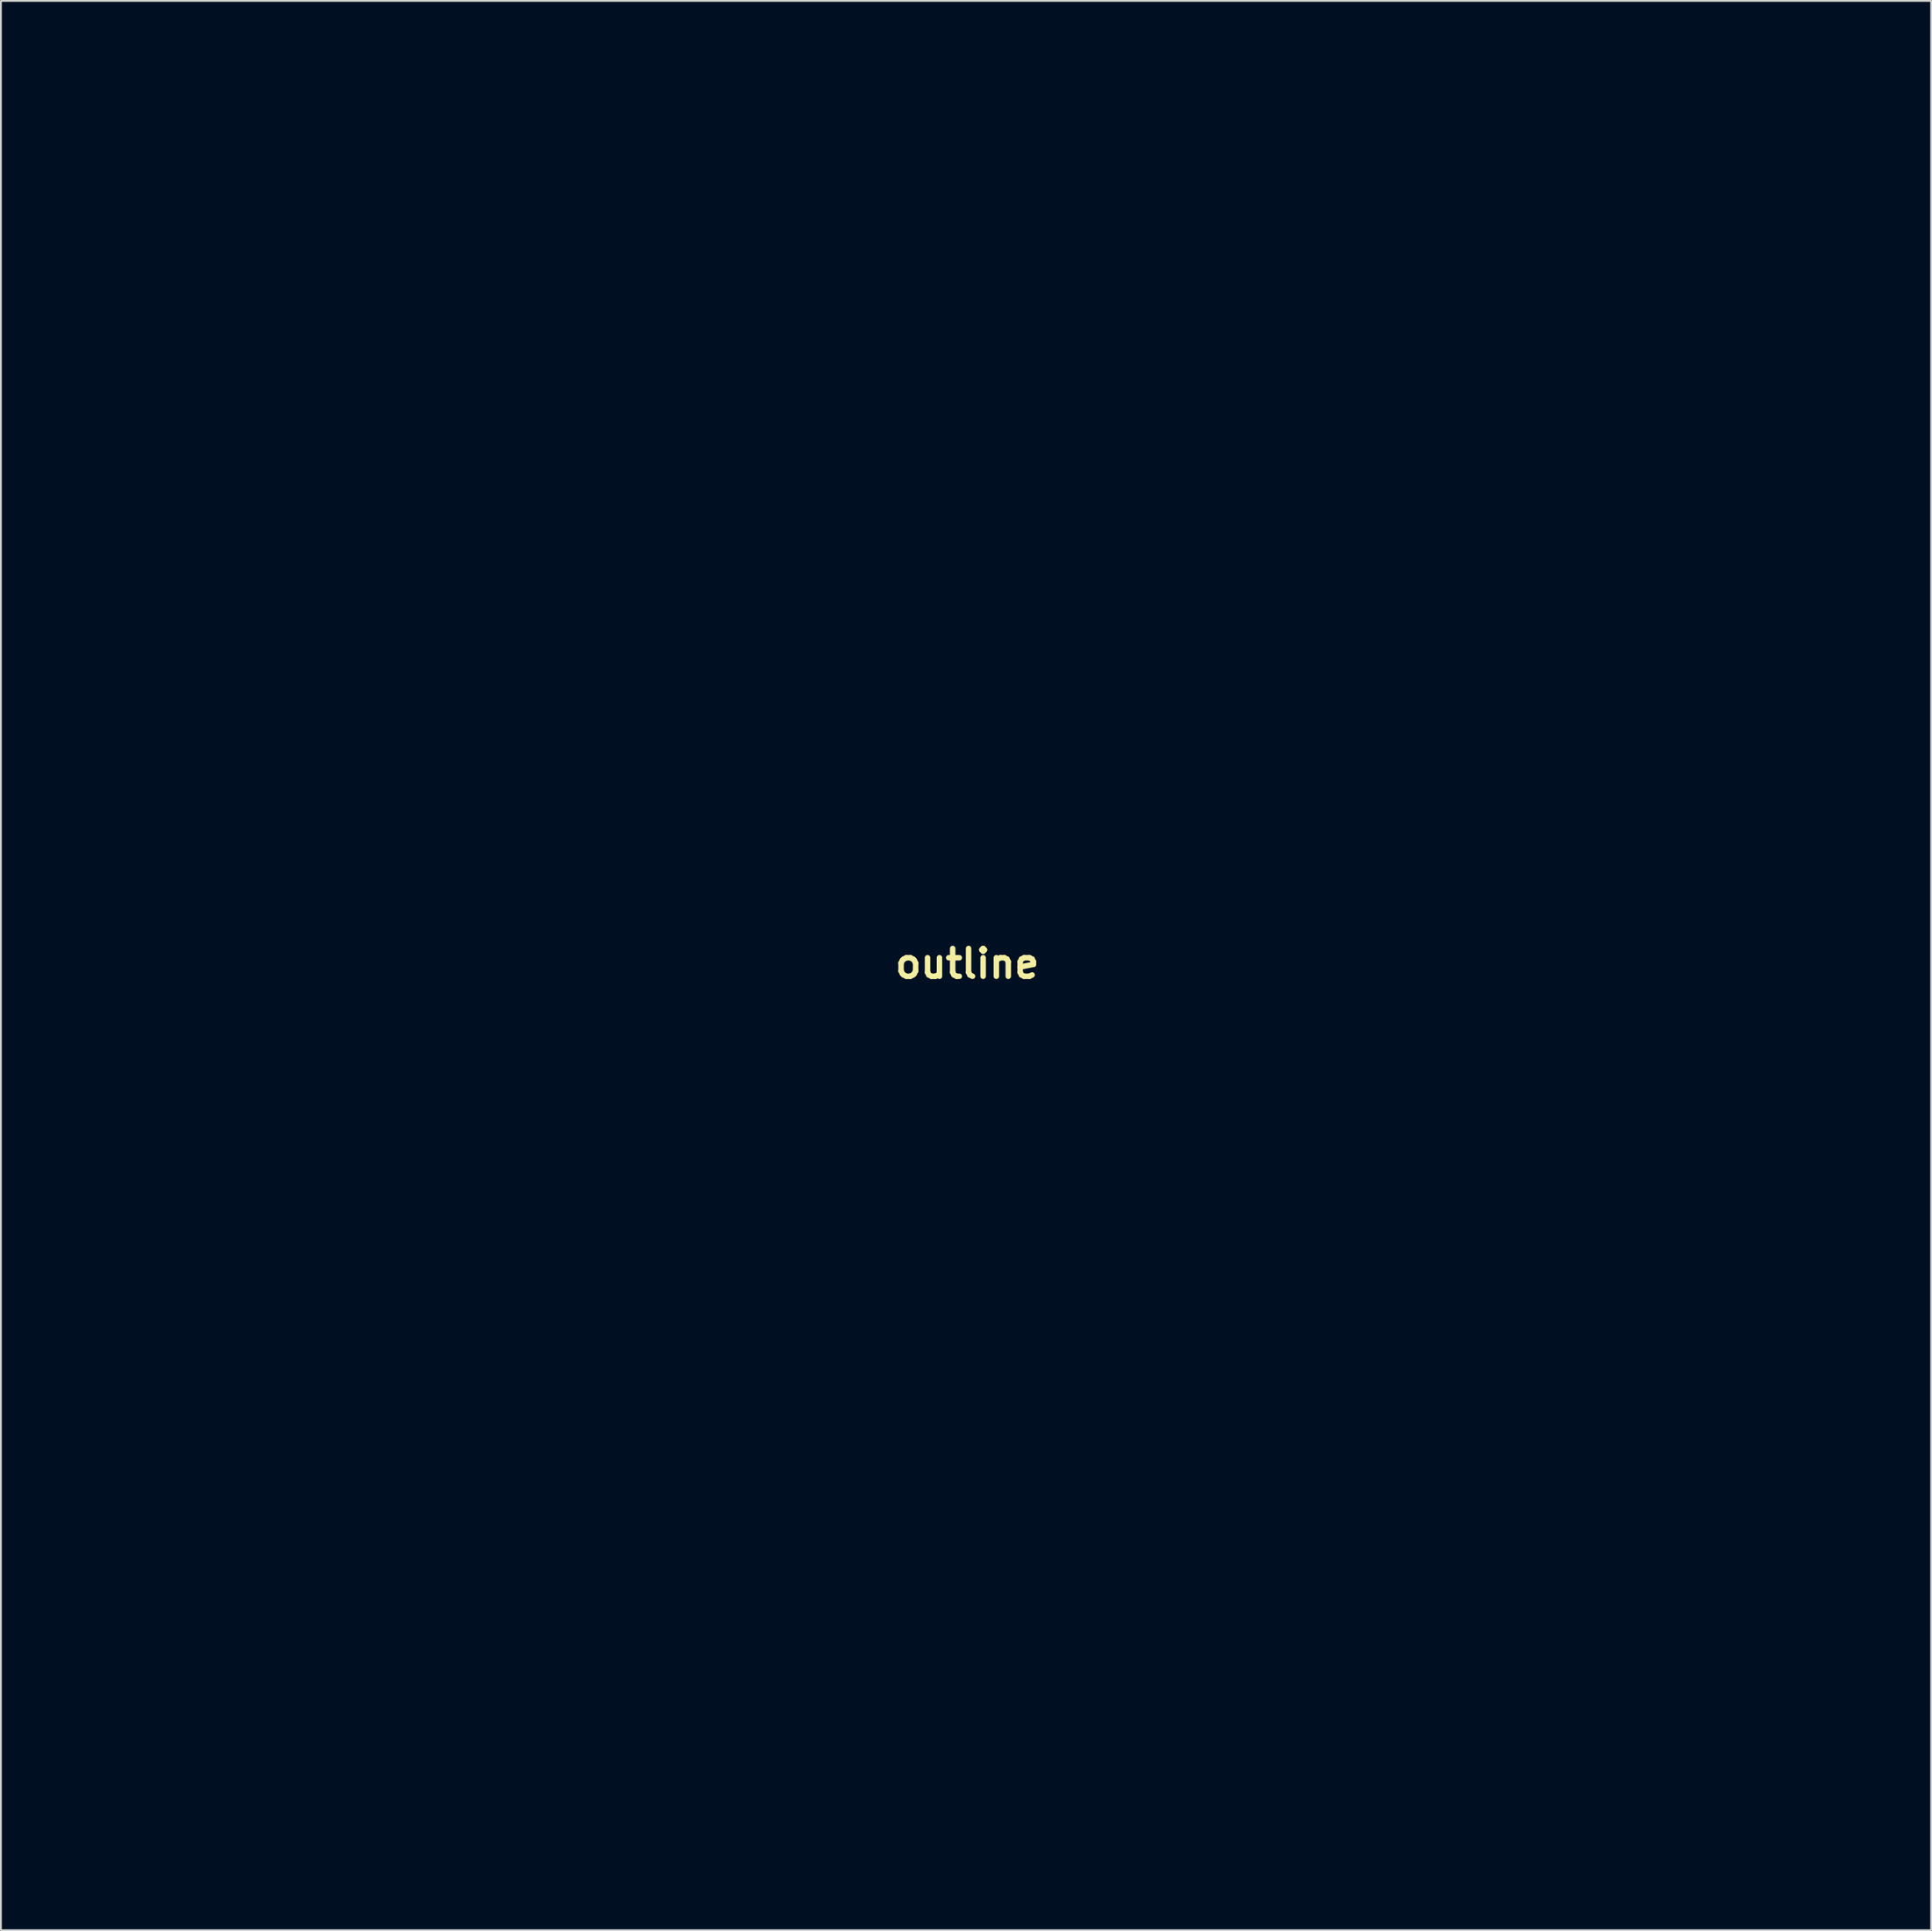
<source format=kicad_pcb>
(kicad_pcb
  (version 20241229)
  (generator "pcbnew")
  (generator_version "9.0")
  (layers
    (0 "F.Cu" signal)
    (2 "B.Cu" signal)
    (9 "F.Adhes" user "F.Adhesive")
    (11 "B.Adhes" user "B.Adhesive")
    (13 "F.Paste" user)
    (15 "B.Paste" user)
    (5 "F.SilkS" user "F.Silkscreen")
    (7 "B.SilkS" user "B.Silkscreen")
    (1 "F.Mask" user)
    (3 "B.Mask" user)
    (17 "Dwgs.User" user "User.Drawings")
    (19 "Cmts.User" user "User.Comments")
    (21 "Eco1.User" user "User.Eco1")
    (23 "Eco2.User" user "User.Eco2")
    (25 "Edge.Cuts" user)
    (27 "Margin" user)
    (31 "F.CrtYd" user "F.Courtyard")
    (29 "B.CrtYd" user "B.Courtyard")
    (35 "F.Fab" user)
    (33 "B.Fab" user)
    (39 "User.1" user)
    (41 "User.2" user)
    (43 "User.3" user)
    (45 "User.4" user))
  (footprint "outline"
    (layer "F.Cu")
    (at 49.99 49.802)
    (property "Reference" "outline" (at 0 0 0) (layer "F.SilkS") (effects (font (size 1.524 1.524) (thickness 0.3))))
    (attr through_hole)
    (fp_poly (pts (xy 11.84 -49.755) (xy 12.75 -49.703) (xy 13.401 -49.644) (xy 14.085 -49.557) (xy 14.773 -49.45) (xy 15.437 -49.328) (xy 16.049 -49.197) (xy 16.58 -49.064) (xy 17.001 -48.934) (xy 17.283 -48.815) (xy 17.399 -48.711) (xy 17.4 -48.7) (xy 17.485 -48.621) (xy 17.661 -48.556) (xy 17.783 -48.52) (xy 17.936 -48.462) (xy 18.146 -48.369) (xy 18.443 -48.228) (xy 18.855 -48.026) (xy 19.408 -47.75) (xy 19.6 -47.654) (xy 20.198 -47.267) (xy 20.771 -46.736) (xy 21.201 -46.2) (xy 21.385 -45.947) (xy 21.542 -45.751) (xy 21.572 -45.718) (xy 21.683 -45.531) (xy 21.7 -45.443) (xy 21.746 -45.314) (xy 21.782 -45.3) (xy 21.865 -45.206) (xy 22.001 -44.931) (xy 22.184 -44.486) (xy 22.386 -43.95) (xy 22.43 -43.708) (xy 22.457 -43.3) (xy 22.464 -42.758) (xy 22.456 -42.3) (xy 22.417 -41.407) (xy 22.357 -40.702) (xy 22.277 -40.187) (xy 22.177 -39.866) (xy 22.118 -39.778) (xy 22.016 -39.581) (xy 22 -39.47) (xy 21.955 -39.242) (xy 21.865 -39.015) (xy 21.731 -38.735) (xy 21.59 -38.417) (xy 21.583 -38.4) (xy 21.445 -38.096) (xy 21.228 -37.646) (xy 20.947 -37.08) (xy 20.617 -36.429) (xy 20.423 -36.05) (xy 20.254 -35.746) (xy 20.1 -35.504) (xy 20.027 -35.413) (xy 19.919 -35.222) (xy 19.989 -35.03) (xy 20.244 -34.825) (xy 20.501 -34.686) (xy 20.812 -34.525) (xy 21.057 -34.387) (xy 21.162 -34.316) (xy 21.263 -34.242) (xy 21.44 -34.133) (xy 21.713 -33.981) (xy 22.097 -33.776) (xy 22.611 -33.509) (xy 23.272 -33.17) (xy 23.95 -32.826) (xy 24.51 -32.528) (xy 25.092 -32.195) (xy 25.653 -31.855) (xy 26.147 -31.535) (xy 26.531 -31.261) (xy 26.68 -31.139) (xy 26.847 -31.012) (xy 27.124 -30.819) (xy 27.455 -30.6) (xy 27.477 -30.585) (xy 27.837 -30.341) (xy 28.174 -30.091) (xy 28.408 -29.897) (xy 28.799 -29.537) (xy 29.084 -29.284) (xy 29.303 -29.107) (xy 29.494 -28.973) (xy 29.521 -28.955) (xy 29.729 -28.783) (xy 29.845 -28.616) (xy 29.953 -28.473) (xy 30.177 -28.274) (xy 30.395 -28.113) (xy 30.728 -27.866) (xy 31.04 -27.601) (xy 31.182 -27.463) (xy 31.415 -27.223) (xy 31.625 -27.022) (xy 31.662 -26.988) (xy 31.839 -26.811) (xy 32.062 -26.556) (xy 32.15 -26.448) (xy 32.378 -26.163) (xy 32.591 -25.903) (xy 32.65 -25.833) (xy 32.864 -25.573) (xy 33.05 -25.335) (xy 33.214 -25.14) (xy 33.472 -24.858) (xy 33.775 -24.541) (xy 33.854 -24.461) (xy 34.181 -24.098) (xy 34.487 -23.704) (xy 34.714 -23.355) (xy 34.736 -23.313) (xy 34.923 -22.964) (xy 35.077 -22.718) (xy 35.247 -22.499) (xy 35.371 -22.358) (xy 35.476 -22.204) (xy 35.647 -21.918) (xy 35.858 -21.546) (xy 36.085 -21.132) (xy 36.303 -20.724) (xy 36.486 -20.367) (xy 36.61 -20.107) (xy 36.643 -20.021) (xy 36.731 -19.849) (xy 36.8 -19.8) (xy 36.891 -19.716) (xy 36.95 -19.575) (xy 37.014 -19.381) (xy 37.113 -19.136) (xy 37.263 -18.804) (xy 37.482 -18.349) (xy 37.636 -18.034) (xy 37.923 -17.399) (xy 38.184 -16.732) (xy 38.395 -16.094) (xy 38.536 -15.547) (xy 38.562 -15.4) (xy 38.646 -14.938) (xy 38.752 -14.621) (xy 38.917 -14.414) (xy 39.181 -14.283) (xy 39.58 -14.194) (xy 39.948 -14.139) (xy 40.319 -14.069) (xy 40.665 -13.974) (xy 40.77 -13.935) (xy 41.07 -13.84) (xy 41.34 -13.8) (xy 41.343 -13.8) (xy 41.607 -13.729) (xy 41.771 -13.616) (xy 41.942 -13.487) (xy 42.238 -13.307) (xy 42.606 -13.108) (xy 42.726 -13.047) (xy 43.123 -12.84) (xy 43.474 -12.626) (xy 43.817 -12.375) (xy 44.19 -12.06) (xy 44.63 -11.649) (xy 45.057 -11.233) (xy 45.818 -10.347) (xy 46.457 -9.324) (xy 46.754 -8.7) (xy 46.892 -8.408) (xy 47.019 -8.186) (xy 47.064 -8.127) (xy 47.153 -7.956) (xy 47.233 -7.677) (xy 47.252 -7.577) (xy 47.323 -7.259) (xy 47.409 -6.998) (xy 47.432 -6.95) (xy 47.542 -6.637) (xy 47.627 -6.172) (xy 47.686 -5.602) (xy 47.716 -4.974) (xy 47.715 -4.334) (xy 47.68 -3.73) (xy 47.617 -3.25) (xy 47.439 -2.492) (xy 47.193 -1.781) (xy 46.904 -1.188) (xy 46.859 -1.115) (xy 46.706 -0.846) (xy 46.613 -0.631) (xy 46.6 -0.568) (xy 46.529 -0.389) (xy 46.338 -0.121) (xy 46.065 0.199) (xy 45.745 0.534) (xy 45.413 0.846) (xy 45.106 1.098) (xy 44.86 1.252) (xy 44.844 1.259) (xy 44.589 1.426) (xy 44.498 1.619) (xy 44.576 1.799) (xy 44.735 1.894) (xy 44.914 2.006) (xy 45.179 2.221) (xy 45.482 2.5) (xy 45.56 2.577) (xy 45.921 2.945) (xy 46.178 3.221) (xy 46.369 3.453) (xy 46.535 3.688) (xy 46.685 3.925) (xy 46.842 4.153) (xy 46.966 4.286) (xy 46.996 4.3) (xy 47.085 4.382) (xy 47.193 4.583) (xy 47.2 4.6) (xy 47.303 4.806) (xy 47.385 4.899) (xy 47.389 4.9) (xy 47.468 4.981) (xy 47.6 5.189) (xy 47.702 5.373) (xy 47.867 5.669) (xy 48.015 5.902) (xy 48.075 5.98) (xy 48.184 6.17) (xy 48.2 6.257) (xy 48.25 6.386) (xy 48.288 6.4) (xy 48.38 6.483) (xy 48.492 6.687) (xy 48.509 6.725) (xy 48.637 6.986) (xy 48.765 7.176) (xy 48.771 7.182) (xy 48.884 7.387) (xy 48.9 7.487) (xy 48.96 7.701) (xy 49.011 7.771) (xy 49.107 7.952) (xy 49.229 8.329) (xy 49.378 8.902) (xy 49.516 9.5) (xy 49.609 9.887) (xy 49.712 10.277) (xy 49.733 10.35) (xy 49.772 10.589) (xy 49.803 10.993) (xy 49.827 11.525) (xy 49.843 12.15) (xy 49.851 12.832) (xy 49.852 13.535) (xy 49.845 14.223) (xy 49.831 14.862) (xy 49.809 15.415) (xy 49.779 15.846) (xy 49.742 16.119) (xy 49.734 16.15) (xy 49.642 16.503) (xy 49.547 16.911) (xy 49.519 17.05) (xy 49.387 17.639) (xy 49.225 18.241) (xy 49.045 18.826) (xy 48.858 19.362) (xy 48.676 19.817) (xy 48.509 20.161) (xy 48.371 20.361) (xy 48.301 20.4) (xy 48.216 20.483) (xy 48.2 20.578) (xy 48.145 20.8) (xy 48.063 20.953) (xy 47.924 21.211) (xy 47.852 21.4) (xy 47.771 21.616) (xy 47.637 21.93) (xy 47.473 22.289) (xy 47.302 22.646) (xy 47.148 22.949) (xy 47.036 23.15) (xy 46.997 23.2) (xy 46.915 23.326) (xy 46.857 23.475) (xy 46.772 23.649) (xy 46.704 23.7) (xy 46.627 23.785) (xy 46.5 24.008) (xy 46.351 24.323) (xy 46.339 24.35) (xy 46.189 24.67) (xy 46.061 24.902) (xy 45.981 24.999) (xy 45.978 25) (xy 45.908 25.081) (xy 45.9 25.143) (xy 45.836 25.335) (xy 45.775 25.418) (xy 45.65 25.574) (xy 45.467 25.829) (xy 45.352 26) (xy 45.137 26.302) (xy 44.926 26.565) (xy 44.838 26.659) (xy 44.659 26.878) (xy 44.562 27.062) (xy 44.458 27.254) (xy 44.272 27.502) (xy 44.201 27.583) (xy 43.985 27.84) (xy 43.816 28.077) (xy 43.785 28.131) (xy 43.614 28.362) (xy 43.482 28.482) (xy 43.332 28.645) (xy 43.151 28.916) (xy 43.049 29.101) (xy 42.887 29.39) (xy 42.737 29.602) (xy 42.667 29.669) (xy 42.521 29.806) (xy 42.353 30.026) (xy 42.346 30.038) (xy 42.106 30.37) (xy 41.808 30.73) (xy 41.515 31.045) (xy 41.356 31.191) (xy 41.186 31.345) (xy 40.964 31.576) (xy 40.662 31.914) (xy 40.424 32.188) (xy 40.22 32.418) (xy 39.913 32.755) (xy 39.54 33.161) (xy 39.134 33.599) (xy 38.731 34.03) (xy 38.366 34.416) (xy 38.342 34.442) (xy 38.059 34.723) (xy 37.801 34.955) (xy 37.62 35.089) (xy 37.615 35.092) (xy 37.441 35.215) (xy 37.174 35.435) (xy 36.867 35.71) (xy 36.792 35.78) (xy 36.403 36.146) (xy 35.973 36.553) (xy 35.605 36.9) (xy 35.124 37.348) (xy 34.749 37.679) (xy 34.448 37.918) (xy 34.189 38.094) (xy 33.982 38.209) (xy 33.728 38.359) (xy 33.554 38.499) (xy 33.53 38.529) (xy 33.401 38.666) (xy 33.176 38.846) (xy 33.1 38.9) (xy 32.861 39.081) (xy 32.694 39.238) (xy 32.669 39.272) (xy 32.482 39.498) (xy 32.176 39.748) (xy 31.721 40.044) (xy 31.534 40.156) (xy 31.2 40.356) (xy 30.929 40.528) (xy 30.771 40.639) (xy 30.76 40.648) (xy 30.627 40.75) (xy 30.375 40.924) (xy 30.053 41.137) (xy 29.983 41.183) (xy 29.663 41.4) (xy 29.413 41.59) (xy 29.279 41.718) (xy 29.27 41.734) (xy 29.158 41.853) (xy 28.933 42.002) (xy 28.839 42.053) (xy 28.526 42.23) (xy 28.163 42.458) (xy 27.992 42.574) (xy 27.616 42.811) (xy 27.187 43.045) (xy 26.989 43.139) (xy 26.602 43.327) (xy 26.17 43.56) (xy 25.751 43.804) (xy 25.402 44.027) (xy 25.197 44.18) (xy 24.898 44.392) (xy 24.428 44.656) (xy 23.807 44.963) (xy 23.054 45.303) (xy 22.19 45.668) (xy 21.366 45.996) (xy 20.872 46.197) (xy 20.333 46.43) (xy 19.866 46.645) (xy 19.62 46.76) (xy 19.376 46.866) (xy 19.109 46.971) (xy 18.791 47.084) (xy 18.397 47.215) (xy 17.9 47.372) (xy 17.274 47.563) (xy 16.492 47.799) (xy 16.15 47.901) (xy 15.32 48.148) (xy 14.655 48.342) (xy 14.128 48.49) (xy 13.712 48.6) (xy 13.381 48.678) (xy 13.109 48.731) (xy 13 48.749) (xy 12.484 48.842) (xy 11.866 48.975) (xy 11.233 49.126) (xy 10.75 49.256) (xy 10.504 49.311) (xy 10.096 49.385) (xy 9.564 49.473) (xy 8.943 49.567) (xy 8.272 49.663) (xy 8.003 49.699) (xy 5.757 50) (xy -0.147 49.988) (xy -1.394 49.985) (xy -2.461 49.981) (xy -3.368 49.976) (xy -4.135 49.969) (xy -4.782 49.96) (xy -5.329 49.947) (xy -5.797 49.93) (xy -6.204 49.909) (xy -6.572 49.882) (xy -6.92 49.85) (xy -7.268 49.811) (xy -7.636 49.765) (xy -7.85 49.737) (xy -8.789 49.607) (xy -9.575 49.488) (xy -10.253 49.37) (xy -10.868 49.245) (xy -11.467 49.106) (xy -11.65 49.06) (xy -11.966 48.982) (xy -12.424 48.872) (xy -12.969 48.743) (xy -13.549 48.608) (xy -13.75 48.562) (xy -14.732 48.327) (xy -15.675 48.086) (xy -16.56 47.843) (xy -17.368 47.606) (xy -18.08 47.38) (xy -18.678 47.172) (xy -19.143 46.987) (xy -19.454 46.831) (xy -19.594 46.711) (xy -19.6 46.688) (xy -19.685 46.621) (xy -19.844 46.6) (xy -20.023 46.56) (xy -20.341 46.449) (xy -20.755 46.285) (xy -21.224 46.082) (xy -21.319 46.039) (xy -21.846 45.801) (xy -22.375 45.563) (xy -22.845 45.355) (xy -23.195 45.202) (xy -23.2 45.2) (xy -23.743 44.959) (xy -24.252 44.717) (xy -24.692 44.493) (xy -25.028 44.305) (xy -25.225 44.17) (xy -25.25 44.144) (xy -25.374 44.051) (xy -25.638 43.891) (xy -26.004 43.685) (xy -26.434 43.456) (xy -26.45 43.447) (xy -26.905 43.211) (xy -27.322 42.992) (xy -27.654 42.818) (xy -27.85 42.713) (xy -28.14 42.543) (xy -28.468 42.333) (xy -28.792 42.113) (xy -29.066 41.913) (xy -29.249 41.763) (xy -29.3 41.7) (xy -29.377 41.614) (xy -29.576 41.456) (xy -29.847 41.26) (xy -30.144 41.06) (xy -30.416 40.889) (xy -30.617 40.782) (xy -30.629 40.777) (xy -30.778 40.691) (xy -31.048 40.515) (xy -31.401 40.276) (xy -31.796 40.002) (xy -32.193 39.72) (xy -32.554 39.458) (xy -32.839 39.245) (xy -33.005 39.11) (xy -33.175 38.953) (xy -33.425 38.721) (xy -33.608 38.55) (xy -33.884 38.311) (xy -34.139 38.122) (xy -34.264 38.05) (xy -34.542 37.881) (xy -34.937 37.574) (xy -35.434 37.139) (xy -35.903 36.7) (xy -36.201 36.415) (xy -36.466 36.168) (xy -36.645 36.004) (xy -36.663 35.989) (xy -36.886 35.775) (xy -37.009 35.639) (xy -37.32 35.326) (xy -37.69 35.033) (xy -37.912 34.894) (xy -38.146 34.724) (xy -38.345 34.525) (xy -38.494 34.356) (xy -38.746 34.083) (xy -39.065 33.742) (xy -39.4 33.39) (xy -39.776 32.993) (xy -40.145 32.6) (xy -40.46 32.258) (xy -40.65 32.047) (xy -40.939 31.728) (xy -41.287 31.357) (xy -41.567 31.069) (xy -41.9 30.707) (xy -42.237 30.298) (xy -42.461 29.998) (xy -42.674 29.696) (xy -42.857 29.45) (xy -42.962 29.324) (xy -43.098 29.123) (xy -43.15 28.999) (xy -43.234 28.838) (xy -43.293 28.8) (xy -43.39 28.724) (xy -43.551 28.53) (xy -43.661 28.375) (xy -43.88 28.07) (xy -44.096 27.793) (xy -44.171 27.705) (xy -44.37 27.436) (xy -44.507 27.184) (xy -44.648 26.964) (xy -44.805 26.848) (xy -44.933 26.74) (xy -45.123 26.498) (xy -45.345 26.164) (xy -45.46 25.972) (xy -45.681 25.599) (xy -45.879 25.283) (xy -46.024 25.071) (xy -46.066 25.02) (xy -46.181 24.847) (xy -46.2 24.765) (xy -46.27 24.614) (xy -46.4 24.473) (xy -46.552 24.289) (xy -46.6 24.149) (xy -46.65 23.974) (xy -46.777 23.718) (xy -46.833 23.623) (xy -46.989 23.356) (xy -47.181 23.002) (xy -47.386 22.605) (xy -47.582 22.21) (xy -47.748 21.861) (xy -47.861 21.603) (xy -47.9 21.481) (xy -47.964 21.338) (xy -48.041 21.245) (xy -48.148 21.059) (xy -48.236 20.774) (xy -48.25 20.702) (xy -48.311 20.451) (xy -48.384 20.311) (xy -48.406 20.3) (xy -48.516 20.224) (xy -48.654 19.989) (xy -48.823 19.587) (xy -49.026 19.011) (xy -49.266 18.251) (xy -49.401 17.8) (xy -49.519 17.41) (xy -49.625 17.073) (xy -49.698 16.853) (xy -49.705 16.835) (xy -49.796 16.482) (xy -49.871 15.958) (xy -49.929 15.293) (xy -49.967 14.514) (xy -49.985 13.652) (xy -49.984 13.562) (xy -48.877 13.562) (xy -48.856 14.314) (xy -48.814 15.016) (xy -48.752 15.627) (xy -48.671 16.107) (xy -48.605 16.335) (xy -48.537 16.533) (xy -48.435 16.858) (xy -48.318 17.244) (xy -48.301 17.3) (xy -48.086 18.011) (xy -47.911 18.552) (xy -47.767 18.945) (xy -47.644 19.215) (xy -47.534 19.384) (xy -47.493 19.428) (xy -47.321 19.664) (xy -47.235 19.878) (xy -47.133 20.181) (xy -46.954 20.605) (xy -46.711 21.126) (xy -46.418 21.716) (xy -46.09 22.352) (xy -45.741 23.006) (xy -45.384 23.653) (xy -45.034 24.267) (xy -44.705 24.823) (xy -44.412 25.295) (xy -44.167 25.657) (xy -43.986 25.884) (xy -43.902 25.949) (xy -43.735 26.078) (xy -43.607 26.284) (xy -43.451 26.566) (xy -43.271 26.805) (xy -43.08 27.039) (xy -42.853 27.343) (xy -42.761 27.475) (xy -42.583 27.717) (xy -42.442 27.871) (xy -42.393 27.9) (xy -42.303 27.982) (xy -42.25 28.099) (xy -42.137 28.329) (xy -42.062 28.424) (xy -41.942 28.569) (xy -41.754 28.822) (xy -41.561 29.098) (xy -41.281 29.469) (xy -40.938 29.876) (xy -40.667 30.169) (xy -40.334 30.513) (xy -39.989 30.881) (xy -39.75 31.147) (xy -39.517 31.406) (xy -39.19 31.759) (xy -38.817 32.156) (xy -38.5 32.49) (xy -38.15 32.858) (xy -37.833 33.197) (xy -37.585 33.466) (xy -37.445 33.625) (xy -37.221 33.845) (xy -37.012 33.994) (xy -36.66 34.228) (xy -36.299 34.538) (xy -36.109 34.739) (xy -35.897 34.965) (xy -35.763 35.089) (xy -35.602 35.235) (xy -35.347 35.471) (xy -35.049 35.753) (xy -35 35.8) (xy -34.51 36.26) (xy -34.128 36.599) (xy -33.824 36.841) (xy -33.569 37.01) (xy -33.457 37.071) (xy -33.211 37.23) (xy -32.907 37.469) (xy -32.717 37.64) (xy -32.449 37.892) (xy -32.217 38.108) (xy -32.109 38.208) (xy -31.903 38.375) (xy -31.579 38.616) (xy -31.186 38.897) (xy -30.77 39.187) (xy -30.381 39.45) (xy -30.065 39.653) (xy -29.897 39.751) (xy -29.541 39.961) (xy -29.116 40.247) (xy -28.697 40.555) (xy -28.358 40.834) (xy -28.29 40.898) (xy -28.028 41.108) (xy -27.607 41.387) (xy -27.051 41.723) (xy -26.382 42.102) (xy -25.625 42.51) (xy -25.45 42.601) (xy -25.039 42.82) (xy -24.691 43.016) (xy -24.446 43.165) (xy -24.35 43.236) (xy -24.207 43.338) (xy -23.91 43.502) (xy -23.492 43.715) (xy -22.982 43.963) (xy -22.412 44.232) (xy -21.813 44.507) (xy -21.217 44.774) (xy -20.654 45.019) (xy -20.156 45.228) (xy -19.754 45.386) (xy -19.478 45.48) (xy -19.379 45.5) (xy -19.123 45.553) (xy -18.857 45.678) (xy -18.69 45.821) (xy -18.547 45.918) (xy -18.234 46.053) (xy -17.772 46.219) (xy -17.187 46.408) (xy -16.501 46.615) (xy -15.738 46.831) (xy -14.922 47.05) (xy -14.076 47.265) (xy -13.25 47.462) (xy -12.671 47.596) (xy -12.107 47.729) (xy -11.613 47.846) (xy -11.241 47.937) (xy -11.15 47.96) (xy -10.547 48.105) (xy -9.941 48.233) (xy -9.287 48.352) (xy -8.538 48.471) (xy -7.65 48.596) (xy -7.35 48.637) (xy -6.944 48.689) (xy -6.571 48.734) (xy -6.21 48.77) (xy -5.838 48.801) (xy -5.436 48.825) (xy -4.98 48.844) (xy -4.45 48.858) (xy -3.824 48.868) (xy -3.08 48.876) (xy -2.197 48.881) (xy -1.154 48.885) (xy -0.147 48.888) (xy 5.257 48.9) (xy 7.503 48.599) (xy 8.185 48.505) (xy 8.83 48.409) (xy 9.401 48.318) (xy 9.862 48.238) (xy 10.175 48.175) (xy 10.25 48.156) (xy 10.826 48.003) (xy 11.462 47.853) (xy 12.07 47.725) (xy 12.5 47.649) (xy 12.754 47.604) (xy 13.055 47.538) (xy 13.43 47.443) (xy 13.904 47.313) (xy 14.505 47.141) (xy 15.258 46.918) (xy 15.65 46.801) (xy 16.497 46.547) (xy 17.178 46.34) (xy 17.717 46.173) (xy 18.14 46.036) (xy 18.471 45.922) (xy 18.737 45.821) (xy 18.961 45.726) (xy 19.17 45.627) (xy 19.25 45.588) (xy 19.628 45.41) (xy 20.108 45.201) (xy 20.603 44.998) (xy 20.75 44.94) (xy 21.171 44.777) (xy 21.547 44.628) (xy 21.82 44.517) (xy 21.9 44.484) (xy 22.132 44.385) (xy 22.463 44.249) (xy 22.705 44.152) (xy 23.071 43.984) (xy 23.509 43.75) (xy 23.93 43.499) (xy 23.955 43.482) (xy 24.558 43.095) (xy 25.028 42.801) (xy 25.396 42.58) (xy 25.694 42.413) (xy 25.955 42.281) (xy 26.151 42.192) (xy 26.54 41.998) (xy 26.951 41.755) (xy 27.116 41.644) (xy 27.467 41.411) (xy 27.833 41.19) (xy 27.991 41.105) (xy 28.235 40.963) (xy 28.381 40.845) (xy 28.4 40.81) (xy 28.478 40.719) (xy 28.686 40.554) (xy 28.984 40.348) (xy 29.075 40.288) (xy 29.407 40.07) (xy 29.68 39.883) (xy 29.844 39.763) (xy 29.86 39.748) (xy 29.997 39.649) (xy 30.254 39.484) (xy 30.582 39.286) (xy 30.634 39.256) (xy 31.143 38.94) (xy 31.496 38.677) (xy 31.719 38.445) (xy 31.769 38.372) (xy 31.899 38.234) (xy 32.124 38.054) (xy 32.2 38) (xy 32.439 37.819) (xy 32.605 37.663) (xy 32.63 37.629) (xy 32.766 37.503) (xy 33.005 37.35) (xy 33.082 37.309) (xy 33.332 37.167) (xy 33.596 36.983) (xy 33.907 36.729) (xy 34.297 36.381) (xy 34.705 36) (xy 35.086 35.641) (xy 35.517 35.234) (xy 35.892 34.88) (xy 36.202 34.597) (xy 36.483 34.36) (xy 36.684 34.21) (xy 36.715 34.192) (xy 36.892 34.063) (xy 37.148 33.833) (xy 37.431 33.553) (xy 37.442 33.542) (xy 37.803 33.16) (xy 38.204 32.731) (xy 38.611 32.292) (xy 38.988 31.882) (xy 39.301 31.539) (xy 39.513 31.3) (xy 39.524 31.288) (xy 39.89 30.869) (xy 40.158 30.576) (xy 40.356 30.378) (xy 40.456 30.291) (xy 40.712 30.046) (xy 41.014 29.707) (xy 41.299 29.349) (xy 41.446 29.138) (xy 41.612 28.916) (xy 41.761 28.773) (xy 41.767 28.769) (xy 41.886 28.639) (xy 42.046 28.392) (xy 42.149 28.201) (xy 42.325 27.899) (xy 42.504 27.66) (xy 42.591 27.578) (xy 42.778 27.384) (xy 42.909 27.171) (xy 43.02 26.978) (xy 43.112 26.9) (xy 43.202 26.821) (xy 43.35 26.616) (xy 43.469 26.425) (xy 43.667 26.115) (xy 43.864 25.849) (xy 43.953 25.75) (xy 44.16 25.506) (xy 44.43 25.125) (xy 44.736 24.649) (xy 45.05 24.12) (xy 45.201 23.85) (xy 45.414 23.465) (xy 45.676 22.999) (xy 45.935 22.543) (xy 45.973 22.477) (xy 46.209 22.037) (xy 46.474 21.497) (xy 46.728 20.941) (xy 46.847 20.664) (xy 47.04 20.221) (xy 47.231 19.831) (xy 47.393 19.541) (xy 47.486 19.414) (xy 47.665 19.159) (xy 47.755 18.928) (xy 47.835 18.639) (xy 47.949 18.318) (xy 47.956 18.3) (xy 48.118 17.823) (xy 48.283 17.181) (xy 48.418 16.55) (xy 48.504 16.157) (xy 48.602 15.767) (xy 48.634 15.65) (xy 48.677 15.392) (xy 48.71 14.975) (xy 48.733 14.441) (xy 48.747 13.829) (xy 48.751 13.181) (xy 48.745 12.537) (xy 48.729 11.938) (xy 48.703 11.425) (xy 48.668 11.039) (xy 48.633 10.85) (xy 48.52 10.433) (xy 48.387 9.882) (xy 48.235 9.2) (xy 48.172 9.004) (xy 48.052 8.699) (xy 47.898 8.335) (xy 47.731 7.963) (xy 47.575 7.633) (xy 47.452 7.394) (xy 47.388 7.3) (xy 47.312 7.194) (xy 47.17 6.958) (xy 46.988 6.637) (xy 46.94 6.55) (xy 46.744 6.202) (xy 46.57 5.915) (xy 46.45 5.741) (xy 46.436 5.724) (xy 46.301 5.523) (xy 46.25 5.399) (xy 46.163 5.238) (xy 46.101 5.2) (xy 46.002 5.122) (xy 45.851 4.927) (xy 45.785 4.825) (xy 45.598 4.532) (xy 45.42 4.288) (xy 45.211 4.045) (xy 44.927 3.752) (xy 44.653 3.482) (xy 44.355 3.205) (xy 44.091 2.983) (xy 43.908 2.856) (xy 43.877 2.843) (xy 43.658 2.673) (xy 43.499 2.343) (xy 43.412 1.885) (xy 43.4 1.61) (xy 43.433 1.094) (xy 43.547 0.724) (xy 43.763 0.458) (xy 44.04 0.28) (xy 44.561 -0.073) (xy 45.055 -0.592) (xy 45.536 -1.293) (xy 45.599 -1.399) (xy 46.087 -2.34) (xy 46.409 -3.228) (xy 46.574 -4.104) (xy 46.592 -5.011) (xy 46.527 -5.65) (xy 46.461 -6.013) (xy 46.379 -6.323) (xy 46.321 -6.468) (xy 46.225 -6.705) (xy 46.2 -6.851) (xy 46.158 -6.998) (xy 46.044 -7.285) (xy 45.873 -7.675) (xy 45.662 -8.129) (xy 45.608 -8.242) (xy 45.342 -8.778) (xy 45.118 -9.183) (xy 44.899 -9.512) (xy 44.646 -9.82) (xy 44.324 -10.159) (xy 44.223 -10.26) (xy 43.718 -10.758) (xy 43.311 -11.14) (xy 42.965 -11.436) (xy 42.642 -11.674) (xy 42.304 -11.885) (xy 41.912 -12.097) (xy 41.757 -12.177) (xy 41.04 -12.524) (xy 40.442 -12.773) (xy 39.916 -12.94) (xy 39.417 -13.042) (xy 39.3 -13.057) (xy 38.733 -13.153) (xy 38.324 -13.292) (xy 38.035 -13.497) (xy 37.824 -13.791) (xy 37.752 -13.941) (xy 37.607 -14.328) (xy 37.493 -14.731) (xy 37.46 -14.894) (xy 37.385 -15.268) (xy 37.277 -15.689) (xy 37.231 -15.844) (xy 37.137 -16.091) (xy 36.97 -16.475) (xy 36.746 -16.968) (xy 36.479 -17.539) (xy 36.182 -18.159) (xy 35.871 -18.799) (xy 35.56 -19.43) (xy 35.263 -20.022) (xy 34.995 -20.545) (xy 34.769 -20.97) (xy 34.601 -21.269) (xy 34.514 -21.4) (xy 34.342 -21.605) (xy 34.223 -21.749) (xy 34.223 -21.75) (xy 34.134 -21.883) (xy 33.982 -22.136) (xy 33.801 -22.446) (xy 33.549 -22.83) (xy 33.222 -23.254) (xy 32.906 -23.608) (xy 32.61 -23.917) (xy 32.345 -24.206) (xy 32.164 -24.419) (xy 32.15 -24.436) (xy 31.936 -24.708) (xy 31.75 -24.933) (xy 31.562 -25.16) (xy 31.33 -25.446) (xy 31.25 -25.548) (xy 31.028 -25.812) (xy 30.824 -26.031) (xy 30.762 -26.088) (xy 30.572 -26.267) (xy 30.336 -26.505) (xy 30.282 -26.563) (xy 30.029 -26.8) (xy 29.698 -27.066) (xy 29.495 -27.213) (xy 29.218 -27.421) (xy 29.017 -27.612) (xy 28.945 -27.716) (xy 28.827 -27.885) (xy 28.621 -28.055) (xy 28.431 -28.186) (xy 28.218 -28.355) (xy 27.944 -28.595) (xy 27.571 -28.938) (xy 27.508 -28.997) (xy 27.266 -29.198) (xy 26.928 -29.447) (xy 26.577 -29.685) (xy 26.248 -29.902) (xy 25.972 -30.092) (xy 25.804 -30.217) (xy 25.797 -30.223) (xy 25.362 -30.563) (xy 24.802 -30.934) (xy 24.098 -31.345) (xy 23.233 -31.808) (xy 22.75 -32.054) (xy 21.707 -32.588) (xy 20.823 -33.059) (xy 20.104 -33.464) (xy 19.554 -33.801) (xy 19.179 -34.067) (xy 18.982 -34.259) (xy 18.976 -34.269) (xy 18.851 -34.606) (xy 18.805 -35.039) (xy 18.832 -35.504) (xy 18.926 -35.938) (xy 19.08 -36.277) (xy 19.189 -36.4) (xy 19.267 -36.511) (xy 19.397 -36.74) (xy 19.481 -36.9) (xy 19.663 -37.254) (xy 19.875 -37.667) (xy 19.995 -37.9) (xy 20.285 -38.501) (xy 20.568 -39.147) (xy 20.824 -39.787) (xy 21.033 -40.372) (xy 21.175 -40.851) (xy 21.208 -41) (xy 21.259 -41.382) (xy 21.29 -41.867) (xy 21.301 -42.395) (xy 21.294 -42.908) (xy 21.266 -43.347) (xy 21.219 -43.655) (xy 21.211 -43.685) (xy 21.073 -44.011) (xy 20.841 -44.436) (xy 20.549 -44.907) (xy 20.23 -45.37) (xy 19.921 -45.773) (xy 19.747 -45.97) (xy 19.417 -46.25) (xy 18.945 -46.567) (xy 18.377 -46.895) (xy 17.762 -47.205) (xy 17.145 -47.472) (xy 17.025 -47.518) (xy 16.738 -47.639) (xy 16.548 -47.744) (xy 16.5 -47.796) (xy 16.414 -47.859) (xy 16.151 -47.948) (xy 15.706 -48.063) (xy 15.074 -48.208) (xy 14.4 -48.35) (xy 13.778 -48.452) (xy 13 -48.537) (xy 12.11 -48.603) (xy 11.152 -48.648) (xy 10.168 -48.671) (xy 9.202 -48.67) (xy 8.298 -48.642) (xy 7.915 -48.621) (xy 7.008 -48.548) (xy 6.073 -48.452) (xy 5.143 -48.336) (xy 4.249 -48.208) (xy 3.424 -48.071) (xy 2.702 -47.93) (xy 2.115 -47.79) (xy 1.7 -47.66) (xy 1.394 -47.558) (xy 1.006 -47.45) (xy 0.8 -47.401) (xy 0.329 -47.282) (xy -0.269 -47.109) (xy -0.959 -46.895) (xy -1.704 -46.652) (xy -2.469 -46.392) (xy -3.218 -46.128) (xy -3.914 -45.872) (xy -4.523 -45.637) (xy -5.006 -45.435) (xy -5.3 -45.295) (xy -5.429 -45.229) (xy -5.71 -45.087) (xy -6.116 -44.883) (xy -6.619 -44.63) (xy -7.193 -44.343) (xy -7.55 -44.164) (xy -8.157 -43.856) (xy -8.713 -43.569) (xy -9.189 -43.316) (xy -9.558 -43.113) (xy -9.791 -42.975) (xy -9.853 -42.931) (xy -10.022 -42.799) (xy -10.312 -42.593) (xy -10.674 -42.345) (xy -10.903 -42.194) (xy -11.646 -41.705) (xy -12.242 -41.31) (xy -12.712 -40.995) (xy -13.077 -40.745) (xy -13.357 -40.545) (xy -13.573 -40.382) (xy -13.745 -40.24) (xy -13.895 -40.105) (xy -13.938 -40.065) (xy -14.721 -39.372) (xy -15.506 -38.776) (xy -15.649 -38.68) (xy -15.941 -38.46) (xy -16.189 -38.229) (xy -16.261 -38.143) (xy -16.416 -37.954) (xy -16.664 -37.671) (xy -16.961 -37.345) (xy -17.075 -37.223) (xy -17.35 -36.924) (xy -17.564 -36.677) (xy -17.684 -36.52) (xy -17.7 -36.487) (xy -17.763 -36.364) (xy -17.841 -36.273) (xy -17.937 -36.134) (xy -18.1 -35.853) (xy -18.307 -35.47) (xy -18.539 -35.02) (xy -18.586 -34.928) (xy -19.19 -33.723) (xy -19.87 -33.451) (xy -20.276 -33.29) (xy -20.67 -33.137) (xy -20.949 -33.031) (xy -21.208 -32.923) (xy -21.375 -32.828) (xy -21.399 -32.805) (xy -21.503 -32.735) (xy -21.754 -32.597) (xy -22.118 -32.408) (xy -22.562 -32.187) (xy -22.739 -32.1) (xy -23.29 -31.82) (xy -23.859 -31.508) (xy -24.412 -31.185) (xy -24.915 -30.872) (xy -25.333 -30.591) (xy -25.631 -30.363) (xy -25.749 -30.246) (xy -25.889 -30.139) (xy -26.151 -29.988) (xy -26.425 -29.853) (xy -26.723 -29.701) (xy -26.931 -29.572) (xy -27 -29.498) (xy -27.076 -29.402) (xy -27.276 -29.227) (xy -27.561 -29.007) (xy -27.625 -28.961) (xy -28.002 -28.666) (xy -28.431 -28.294) (xy -28.829 -27.919) (xy -28.89 -27.856) (xy -29.181 -27.568) (xy -29.425 -27.344) (xy -29.585 -27.217) (xy -29.622 -27.2) (xy -29.728 -27.132) (xy -29.936 -26.949) (xy -30.213 -26.685) (xy -30.525 -26.373) (xy -30.841 -26.045) (xy -31.126 -25.736) (xy -31.349 -25.479) (xy -31.4 -25.414) (xy -31.624 -25.135) (xy -31.894 -24.817) (xy -32 -24.698) (xy -32.279 -24.382) (xy -32.562 -24.054) (xy -32.65 -23.95) (xy -32.908 -23.647) (xy -33.2 -23.313) (xy -33.3 -23.201) (xy -33.529 -22.943) (xy -33.697 -22.743) (xy -33.84 -22.547) (xy -33.997 -22.303) (xy -34.206 -21.958) (xy -34.3 -21.8) (xy -34.524 -21.435) (xy -34.729 -21.119) (xy -34.881 -20.906) (xy -34.913 -20.868) (xy -35.05 -20.663) (xy -35.198 -20.364) (xy -35.247 -20.243) (xy -35.364 -19.983) (xy -35.47 -19.823) (xy -35.508 -19.8) (xy -35.589 -19.719) (xy -35.6 -19.646) (xy -35.643 -19.509) (xy -35.763 -19.227) (xy -35.945 -18.834) (xy -36.174 -18.361) (xy -36.365 -17.977) (xy -36.66 -17.388) (xy -36.88 -16.935) (xy -37.041 -16.575) (xy -37.16 -16.267) (xy -37.254 -15.968) (xy -37.338 -15.638) (xy -37.404 -15.35) (xy -37.561 -14.664) (xy -37.702 -14.146) (xy -37.849 -13.769) (xy -38.027 -13.505) (xy -38.259 -13.327) (xy -38.57 -13.208) (xy -38.984 -13.121) (xy -39.417 -13.053) (xy -40.187 -12.874) (xy -41.021 -12.571) (xy -41.855 -12.176) (xy -42.627 -11.719) (xy -43.272 -11.229) (xy -43.347 -11.161) (xy -43.616 -10.93) (xy -43.86 -10.741) (xy -44.082 -10.566) (xy -44.237 -10.42) (xy -44.375 -10.265) (xy -44.579 -10.042) (xy -44.637 -9.978) (xy -44.796 -9.773) (xy -45.008 -9.452) (xy -45.251 -9.057) (xy -45.501 -8.627) (xy -45.735 -8.205) (xy -45.929 -7.832) (xy -46.06 -7.549) (xy -46.104 -7.402) (xy -46.141 -7.217) (xy -46.228 -6.94) (xy -46.261 -6.85) (xy -46.39 -6.416) (xy -46.501 -5.866) (xy -46.582 -5.286) (xy -46.617 -4.761) (xy -46.618 -4.7) (xy -46.567 -3.976) (xy -46.427 -3.212) (xy -46.213 -2.458) (xy -45.942 -1.766) (xy -45.63 -1.186) (xy -45.393 -0.871) (xy -44.97 -0.422) (xy -44.579 -0.043) (xy -44.248 0.239) (xy -44.01 0.395) (xy -43.994 0.402) (xy -43.715 0.618) (xy -43.526 0.962) (xy -43.427 1.386) (xy -43.419 1.839) (xy -43.503 2.271) (xy -43.677 2.634) (xy -43.944 2.878) (xy -43.98 2.896) (xy -44.243 3.051) (xy -44.473 3.23) (xy -44.774 3.517) (xy -45.092 3.842) (xy -45.395 4.168) (xy -45.652 4.461) (xy -45.831 4.685) (xy -45.9 4.806) (xy -45.9 4.807) (xy -45.962 4.938) (xy -46.028 5.018) (xy -46.15 5.177) (xy -46.321 5.44) (xy -46.432 5.623) (xy -46.64 5.952) (xy -46.859 6.252) (xy -46.953 6.363) (xy -47.12 6.593) (xy -47.199 6.802) (xy -47.2 6.821) (xy -47.279 7.146) (xy -47.485 7.475) (xy -47.603 7.596) (xy -47.753 7.808) (xy -47.932 8.191) (xy -48.128 8.718) (xy -48.331 9.363) (xy -48.341 9.4) (xy -48.466 9.825) (xy -48.602 10.271) (xy -48.659 10.45) (xy -48.747 10.851) (xy -48.812 11.403) (xy -48.855 12.065) (xy -48.877 12.798) (xy -48.877 13.562) (xy -49.984 13.562) (xy -49.979 12.736) (xy -49.974 12.505) (xy -49.954 11.788) (xy -49.932 11.229) (xy -49.9 10.783) (xy -49.853 10.407) (xy -49.783 10.058) (xy -49.685 9.693) (xy -49.552 9.267) (xy -49.448 8.95) (xy -49.342 8.599) (xy -49.257 8.258) (xy -49.247 8.215) (xy -49.16 7.919) (xy -49.015 7.565) (xy -48.841 7.206) (xy -48.664 6.896) (xy -48.512 6.688) (xy -48.445 6.634) (xy -48.326 6.5) (xy -48.3 6.373) (xy -48.254 6.182) (xy -48.14 5.918) (xy -47.991 5.642) (xy -47.841 5.417) (xy -47.724 5.304) (xy -47.707 5.3) (xy -47.622 5.215) (xy -47.559 5.05) (xy -47.483 4.863) (xy -47.41 4.8) (xy -47.317 4.717) (xy -47.207 4.517) (xy -47.2 4.5) (xy -47.09 4.294) (xy -46.993 4.2) (xy -46.988 4.2) (xy -46.909 4.119) (xy -46.9 4.054) (xy -46.87 3.956) (xy -46.769 3.804) (xy -46.579 3.575) (xy -46.281 3.25) (xy -45.859 2.806) (xy -45.854 2.8) (xy -45.454 2.406) (xy -45.133 2.144) (xy -44.872 1.992) (xy -44.61 1.821) (xy -44.547 1.637) (xy -44.684 1.442) (xy -44.95 1.271) (xy -45.23 1.078) (xy -45.581 0.77) (xy -45.956 0.394) (xy -46.308 -0.002) (xy -46.59 -0.371) (xy -46.627 -0.426) (xy -46.825 -0.789) (xy -47.043 -1.281) (xy -47.258 -1.838) (xy -47.445 -2.393) (xy -47.58 -2.883) (xy -47.623 -3.1) (xy -47.703 -3.856) (xy -47.726 -4.675) (xy -47.694 -5.501) (xy -47.612 -6.28) (xy -47.481 -6.958) (xy -47.361 -7.35) (xy -47.265 -7.627) (xy -47.209 -7.835) (xy -47.204 -7.873) (xy -47.162 -8.016) (xy -47.055 -8.282) (xy -46.907 -8.617) (xy -46.744 -8.969) (xy -46.589 -9.286) (xy -46.467 -9.514) (xy -46.407 -9.6) (xy -46.324 -9.708) (xy -46.179 -9.934) (xy -46.065 -10.127) (xy -45.851 -10.464) (xy -45.62 -10.779) (xy -45.52 -10.897) (xy -45.315 -11.12) (xy -45.157 -11.297) (xy -45.137 -11.32) (xy -44.977 -11.47) (xy -44.76 -11.641) (xy -44.484 -11.856) (xy -44.247 -12.061) (xy -43.756 -12.454) (xy -43.123 -12.861) (xy -42.5 -13.2) (xy -42.174 -13.37) (xy -41.924 -13.515) (xy -41.8 -13.605) (xy -41.796 -13.61) (xy -41.662 -13.695) (xy -41.381 -13.802) (xy -41.004 -13.917) (xy -40.581 -14.025) (xy -40.163 -14.113) (xy -39.85 -14.161) (xy -39.378 -14.226) (xy -39.069 -14.306) (xy -38.886 -14.418) (xy -38.791 -14.579) (xy -38.767 -14.668) (xy -38.715 -14.933) (xy -38.646 -15.289) (xy -38.611 -15.477) (xy -38.527 -15.866) (xy -38.43 -16.242) (xy -38.389 -16.377) (xy -38.251 -16.782) (xy -38.097 -17.2) (xy -37.948 -17.584) (xy -37.819 -17.89) (xy -37.73 -18.071) (xy -37.709 -18.1) (xy -37.635 -18.21) (xy -37.501 -18.458) (xy -37.328 -18.798) (xy -37.138 -19.185) (xy -36.952 -19.574) (xy -36.794 -19.92) (xy -36.684 -20.179) (xy -36.65 -20.274) (xy -36.549 -20.512) (xy -36.468 -20.627) (xy -36.363 -20.781) (xy -36.207 -21.052) (xy -36.063 -21.328) (xy -35.902 -21.623) (xy -35.765 -21.83) (xy -35.688 -21.9) (xy -35.604 -21.978) (xy -35.6 -22.012) (xy -35.548 -22.146) (xy -35.412 -22.394) (xy -35.219 -22.704) (xy -35.197 -22.737) (xy -34.98 -23.068) (xy -34.793 -23.354) (xy -34.675 -23.535) (xy -34.672 -23.539) (xy -34.534 -23.723) (xy -34.319 -23.977) (xy -34.2 -24.11) (xy -33.919 -24.423) (xy -33.635 -24.75) (xy -33.55 -24.85) (xy -33.292 -25.152) (xy -32.999 -25.486) (xy -32.9 -25.598) (xy -32.636 -25.901) (xy -32.382 -26.209) (xy -32.3 -26.314) (xy -32.104 -26.548) (xy -31.835 -26.845) (xy -31.526 -27.17) (xy -31.209 -27.49) (xy -30.917 -27.773) (xy -30.684 -27.985) (xy -30.542 -28.093) (xy -30.522 -28.1) (xy -30.416 -28.167) (xy -30.209 -28.348) (xy -29.937 -28.608) (xy -29.79 -28.756) (xy -29.407 -29.125) (xy -28.978 -29.503) (xy -28.585 -29.817) (xy -28.525 -29.861) (xy -28.228 -30.083) (xy -28.007 -30.264) (xy -27.903 -30.37) (xy -27.9 -30.38) (xy -27.819 -30.478) (xy -27.619 -30.625) (xy -27.36 -30.784) (xy -27.103 -30.92) (xy -26.908 -30.995) (xy -26.869 -31) (xy -26.681 -31.074) (xy -26.63 -31.131) (xy -26.494 -31.268) (xy -26.223 -31.478) (xy -25.853 -31.738) (xy -25.419 -32.025) (xy -24.957 -32.318) (xy -24.503 -32.594) (xy -24.093 -32.83) (xy -23.762 -33.004) (xy -23.546 -33.093) (xy -23.505 -33.1) (xy -23.36 -33.146) (xy -23.105 -33.263) (xy -22.802 -33.418) (xy -22.511 -33.58) (xy -22.294 -33.717) (xy -22.239 -33.759) (xy -22.065 -33.868) (xy -21.807 -33.986) (xy -21.784 -33.995) (xy -21.5 -34.105) (xy -21.132 -34.252) (xy -20.9 -34.347) (xy -20.571 -34.481) (xy -20.297 -34.588) (xy -20.175 -34.634) (xy -20.029 -34.772) (xy -20 -34.89) (xy -19.932 -35.122) (xy -19.85 -35.236) (xy -19.726 -35.426) (xy -19.7 -35.536) (xy -19.635 -35.734) (xy -19.572 -35.818) (xy -19.461 -35.974) (xy -19.302 -36.247) (xy -19.156 -36.525) (xy -18.995 -36.821) (xy -18.86 -37.028) (xy -18.784 -37.1) (xy -18.708 -37.18) (xy -18.7 -37.238) (xy -18.635 -37.365) (xy -18.459 -37.598) (xy -18.203 -37.898) (xy -18.006 -38.113) (xy -17.655 -38.485) (xy -17.305 -38.858) (xy -17.01 -39.171) (xy -16.91 -39.277) (xy -16.658 -39.523) (xy -16.432 -39.71) (xy -16.32 -39.777) (xy -16.1 -39.904) (xy -15.776 -40.144) (xy -15.384 -40.469) (xy -14.962 -40.847) (xy -14.838 -40.965) (xy -14.69 -41.101) (xy -14.526 -41.239) (xy -14.325 -41.395) (xy -14.066 -41.582) (xy -13.729 -41.816) (xy -13.291 -42.11) (xy -12.734 -42.481) (xy -12.035 -42.941) (xy -11.803 -43.094) (xy -11.419 -43.35) (xy -11.081 -43.585) (xy -10.835 -43.765) (xy -10.753 -43.832) (xy -10.605 -43.929) (xy -10.295 -44.105) (xy -9.842 -44.35) (xy -9.262 -44.655) (xy -8.573 -45.011) (xy -7.793 -45.408) (xy -6.94 -45.838) (xy -6.032 -46.291) (xy -6 -46.307) (xy -5.51 -46.53) (xy -4.868 -46.793) (xy -4.117 -47.08) (xy -3.298 -47.378) (xy -2.453 -47.671) (xy -1.624 -47.946) (xy -0.851 -48.188) (xy -0.177 -48.381) (xy 0.3 -48.501) (xy 0.684 -48.597) (xy 1.049 -48.706) (xy 1.2 -48.759) (xy 1.508 -48.854) (xy 1.979 -48.968) (xy 2.576 -49.093) (xy 3.265 -49.222) (xy 4.008 -49.348) (xy 4.6 -49.439) (xy 6.288 -49.637) (xy 8.099 -49.757) (xy 9.971 -49.797) (xy 11.84 -49.755)) (stroke (width 0.01) (type solid)) (fill no) (layer "Eco1.User")))
  (gr_rect
    (start -3 -3)
    (end 102.847 102.807)
    (stroke (width 0.1) (type default))
    (fill no)
    (layer "Edge.Cuts")))
</source>
